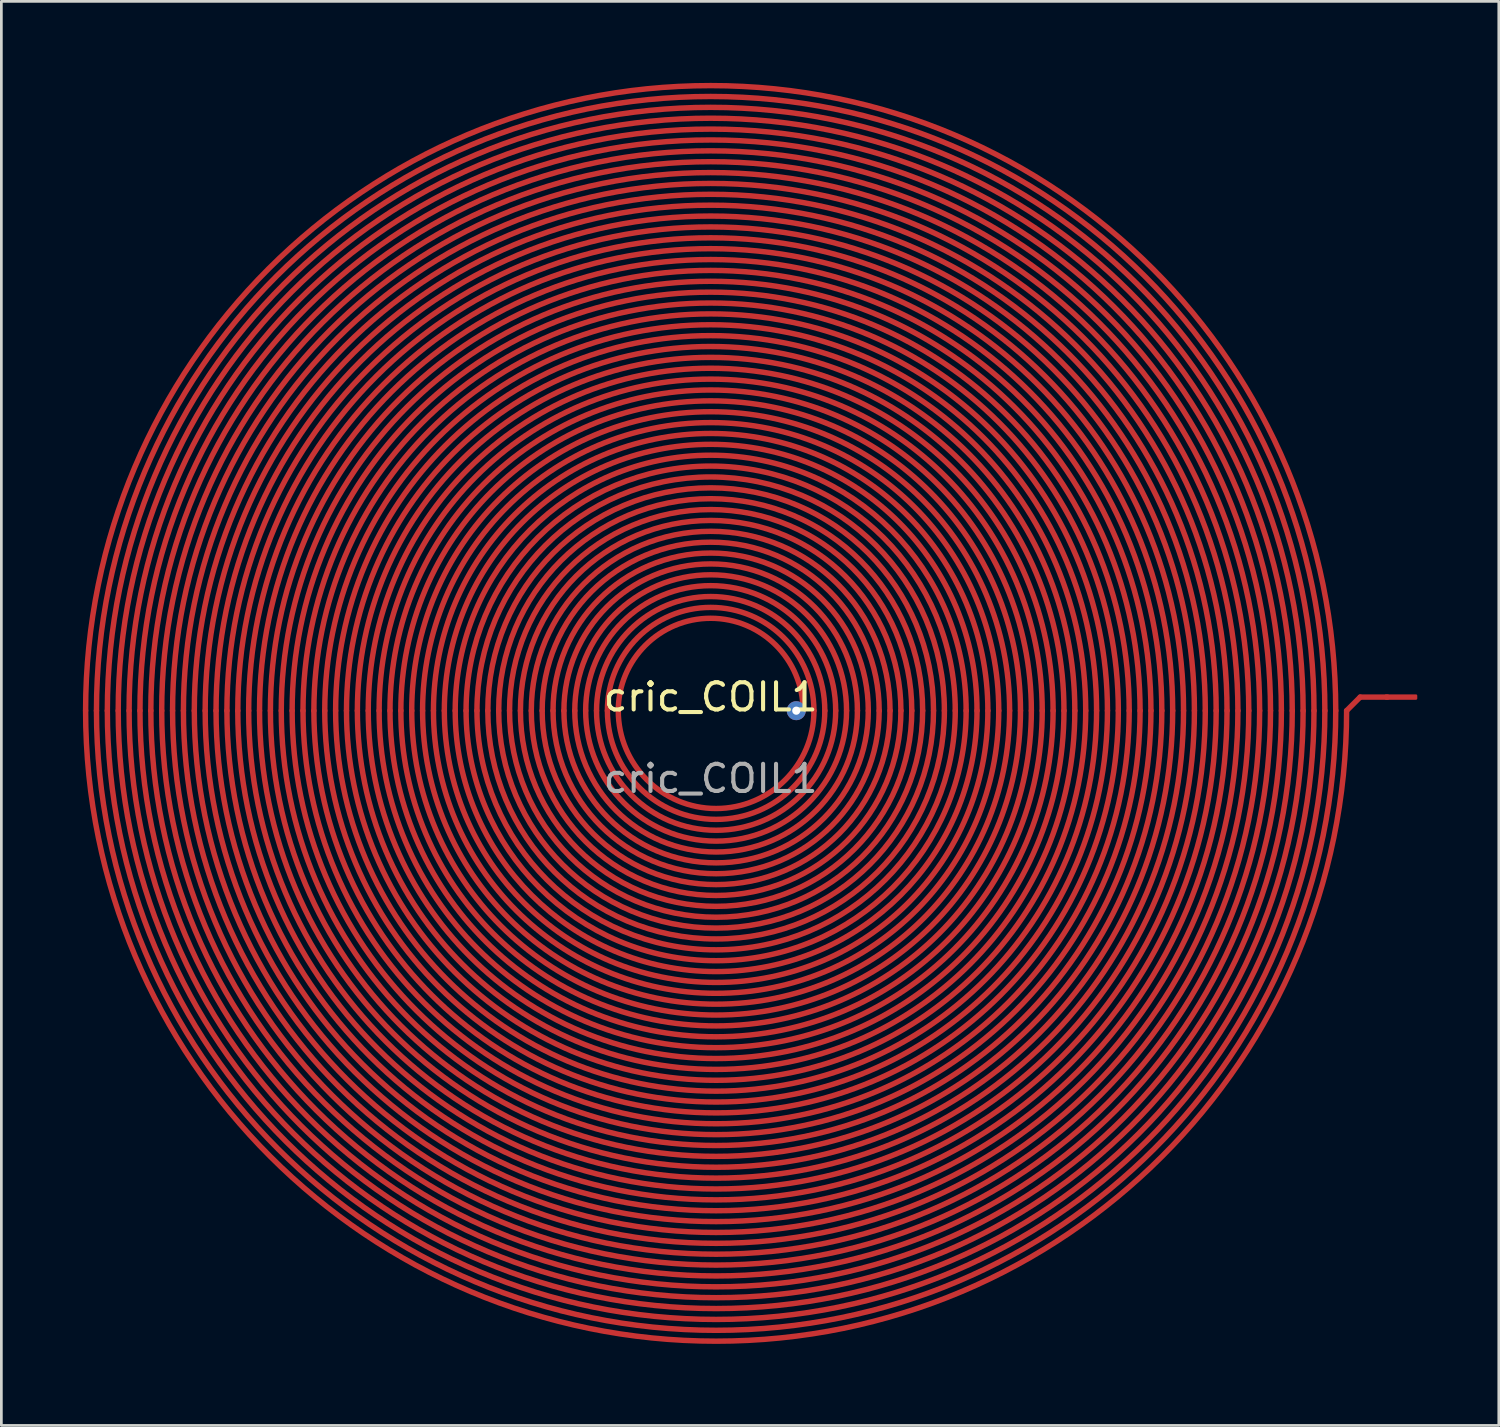
<source format=kicad_pcb>
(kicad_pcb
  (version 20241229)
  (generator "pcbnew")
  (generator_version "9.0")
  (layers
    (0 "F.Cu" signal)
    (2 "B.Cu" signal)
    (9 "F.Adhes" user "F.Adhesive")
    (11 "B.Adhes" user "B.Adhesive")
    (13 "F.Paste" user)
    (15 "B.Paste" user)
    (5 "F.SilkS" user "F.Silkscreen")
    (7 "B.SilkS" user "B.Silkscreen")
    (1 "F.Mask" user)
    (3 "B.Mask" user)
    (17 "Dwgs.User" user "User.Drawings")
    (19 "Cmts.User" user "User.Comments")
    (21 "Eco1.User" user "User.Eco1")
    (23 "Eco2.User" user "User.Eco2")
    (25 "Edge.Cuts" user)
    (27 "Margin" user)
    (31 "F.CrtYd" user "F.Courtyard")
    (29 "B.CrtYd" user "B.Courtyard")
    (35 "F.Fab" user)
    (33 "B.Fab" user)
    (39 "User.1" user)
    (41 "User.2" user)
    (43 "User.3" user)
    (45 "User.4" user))
  (footprint "cric_COIL1"
    (layer "F.Cu")
    (at 23.1 23.1)
    (property "Reference" "cric_COIL1" (at 0 -0.5 0) (unlocked yes) (layer "F.SilkS") (effects (font (size 1 1) (thickness 0.15))))
    (attr smd)
    (fp_line (start 23.4 0) (end 23.9 -0.5) (stroke (width 0.2) (type solid)) (layer "F.Cu"))
    (fp_line (start 23.9 -0.5) (end 24.9 -0.5) (stroke (width 0.2) (type solid)) (layer "F.Cu"))
    (fp_arc (start -23 0) (mid 0 -23) (end 23 0) (stroke (width 0.2) (type solid)) (layer "F.Cu"))
    (fp_arc (start -22.6 0) (mid 0 -22.6) (end 22.6 0) (stroke (width 0.2) (type solid)) (layer "F.Cu"))
    (fp_arc (start -22.2 0) (mid 0 -22.2) (end 22.2 0) (stroke (width 0.2) (type solid)) (layer "F.Cu"))
    (fp_arc (start -21.8 0) (mid 0 -21.8) (end 21.8 0) (stroke (width 0.2) (type solid)) (layer "F.Cu"))
    (fp_arc (start -21.4 0) (mid 0 -21.4) (end 21.4 0) (stroke (width 0.2) (type solid)) (layer "F.Cu"))
    (fp_arc (start -21 0) (mid 0 -21) (end 21 0) (stroke (width 0.2) (type solid)) (layer "F.Cu"))
    (fp_arc (start -20.6 0) (mid 0 -20.6) (end 20.6 0) (stroke (width 0.2) (type solid)) (layer "F.Cu"))
    (fp_arc (start -20.2 0) (mid 0 -20.2) (end 20.2 0) (stroke (width 0.2) (type solid)) (layer "F.Cu"))
    (fp_arc (start -19.8 0) (mid 0 -19.8) (end 19.8 0) (stroke (width 0.2) (type solid)) (layer "F.Cu"))
    (fp_arc (start -19.4 0) (mid 0 -19.4) (end 19.4 0) (stroke (width 0.2) (type solid)) (layer "F.Cu"))
    (fp_arc (start -19 0) (mid 0 -19) (end 19 0) (stroke (width 0.2) (type solid)) (layer "F.Cu"))
    (fp_arc (start -18.6 0) (mid 0 -18.6) (end 18.6 0) (stroke (width 0.2) (type solid)) (layer "F.Cu"))
    (fp_arc (start -18.2 0) (mid 0 -18.2) (end 18.2 0) (stroke (width 0.2) (type solid)) (layer "F.Cu"))
    (fp_arc (start -17.8 0) (mid 0 -17.8) (end 17.8 0) (stroke (width 0.2) (type solid)) (layer "F.Cu"))
    (fp_arc (start -17.4 0) (mid 0 -17.4) (end 17.4 0) (stroke (width 0.2) (type solid)) (layer "F.Cu"))
    (fp_arc (start -17 0) (mid 0 -17) (end 17 0) (stroke (width 0.2) (type solid)) (layer "F.Cu"))
    (fp_arc (start -16.6 0) (mid 0 -16.6) (end 16.6 0) (stroke (width 0.2) (type solid)) (layer "F.Cu"))
    (fp_arc (start -16.2 0) (mid 0 -16.2) (end 16.2 0) (stroke (width 0.2) (type solid)) (layer "F.Cu"))
    (fp_arc (start -15.8 0) (mid 0 -15.8) (end 15.8 0) (stroke (width 0.2) (type solid)) (layer "F.Cu"))
    (fp_arc (start -15.4 0) (mid 0 -15.4) (end 15.4 0) (stroke (width 0.2) (type solid)) (layer "F.Cu"))
    (fp_arc (start -15 0) (mid 0 -15) (end 15 0) (stroke (width 0.2) (type solid)) (layer "F.Cu"))
    (fp_arc (start -14.6 0) (mid 0 -14.6) (end 14.6 0) (stroke (width 0.2) (type solid)) (layer "F.Cu"))
    (fp_arc (start -14.2 0) (mid 0 -14.2) (end 14.2 0) (stroke (width 0.2) (type solid)) (layer "F.Cu"))
    (fp_arc (start -13.8 0) (mid 0 -13.8) (end 13.8 0) (stroke (width 0.2) (type solid)) (layer "F.Cu"))
    (fp_arc (start -13.4 0) (mid 0 -13.4) (end 13.4 0) (stroke (width 0.2) (type solid)) (layer "F.Cu"))
    (fp_arc (start -13 0) (mid 0 -13) (end 13 0) (stroke (width 0.2) (type solid)) (layer "F.Cu"))
    (fp_arc (start -12.6 0) (mid 0 -12.6) (end 12.6 0) (stroke (width 0.2) (type solid)) (layer "F.Cu"))
    (fp_arc (start -12.2 0) (mid 0 -12.2) (end 12.2 0) (stroke (width 0.2) (type solid)) (layer "F.Cu"))
    (fp_arc (start -11.8 0) (mid 0 -11.8) (end 11.8 0) (stroke (width 0.2) (type solid)) (layer "F.Cu"))
    (fp_arc (start -11.4 0) (mid 0 -11.4) (end 11.4 0) (stroke (width 0.2) (type solid)) (layer "F.Cu"))
    (fp_arc (start -11 0) (mid 0 -11) (end 11 0) (stroke (width 0.2) (type solid)) (layer "F.Cu"))
    (fp_arc (start -10.6 0) (mid 0 -10.6) (end 10.6 0) (stroke (width 0.2) (type solid)) (layer "F.Cu"))
    (fp_arc (start -10.2 0) (mid 0 -10.2) (end 10.2 0) (stroke (width 0.2) (type solid)) (layer "F.Cu"))
    (fp_arc (start -9.8 0) (mid 0 -9.8) (end 9.8 0) (stroke (width 0.2) (type solid)) (layer "F.Cu"))
    (fp_arc (start -9.4 0) (mid 0 -9.4) (end 9.4 0) (stroke (width 0.2) (type solid)) (layer "F.Cu"))
    (fp_arc (start -9 0) (mid 0 -9) (end 9 0) (stroke (width 0.2) (type solid)) (layer "F.Cu"))
    (fp_arc (start -8.6 0) (mid 0 -8.6) (end 8.6 0) (stroke (width 0.2) (type solid)) (layer "F.Cu"))
    (fp_arc (start -8.2 0) (mid 0 -8.2) (end 8.2 0) (stroke (width 0.2) (type solid)) (layer "F.Cu"))
    (fp_arc (start -7.8 0) (mid 0 -7.8) (end 7.8 0) (stroke (width 0.2) (type solid)) (layer "F.Cu"))
    (fp_arc (start -7.4 0) (mid 0 -7.4) (end 7.4 0) (stroke (width 0.2) (type solid)) (layer "F.Cu"))
    (fp_arc (start -7 0) (mid 0 -7) (end 7 0) (stroke (width 0.2) (type solid)) (layer "F.Cu"))
    (fp_arc (start -6.6 0) (mid 0 -6.6) (end 6.6 0) (stroke (width 0.2) (type solid)) (layer "F.Cu"))
    (fp_arc (start -6.2 0) (mid 0 -6.2) (end 6.2 0) (stroke (width 0.2) (type solid)) (layer "F.Cu"))
    (fp_arc (start -5.8 0) (mid 0 -5.8) (end 5.8 0) (stroke (width 0.2) (type solid)) (layer "F.Cu"))
    (fp_arc (start -5.4 0) (mid 0 -5.4) (end 5.4 0) (stroke (width 0.2) (type solid)) (layer "F.Cu"))
    (fp_arc (start -5 0) (mid 0 -5) (end 5 0) (stroke (width 0.2) (type solid)) (layer "F.Cu"))
    (fp_arc (start -4.6 0) (mid 0 -4.6) (end 4.6 0) (stroke (width 0.2) (type solid)) (layer "F.Cu"))
    (fp_arc (start -4.2 0) (mid 0 -4.2) (end 4.2 0) (stroke (width 0.2) (type solid)) (layer "F.Cu"))
    (fp_arc (start -3.8 0) (mid 0 -3.8) (end 3.8 0) (stroke (width 0.2) (type solid)) (layer "F.Cu"))
    (fp_arc (start -3.4 0) (mid 0 -3.4) (end 3.4 0) (stroke (width 0.2) (type solid)) (layer "F.Cu"))
    (fp_arc (start 3.8 0) (mid 0.2 3.60556) (end -3.4 0) (stroke (width 0.2) (type solid)) (layer "F.Cu"))
    (fp_arc (start 4.2 0) (mid 0.2 4.005003) (end -3.8 0) (stroke (width 0.2) (type solid)) (layer "F.Cu"))
    (fp_arc (start 4.6 0) (mid 0.2 4.404547) (end -4.2 0) (stroke (width 0.2) (type solid)) (layer "F.Cu"))
    (fp_arc (start 5 0) (mid 0.2 4.804169) (end -4.6 0) (stroke (width 0.2) (type solid)) (layer "F.Cu"))
    (fp_arc (start 5.4 0) (mid 0.2 5.203847) (end -5 0) (stroke (width 0.2) (type solid)) (layer "F.Cu"))
    (fp_arc (start 5.8 0) (mid 0.2 5.603572) (end -5.4 0) (stroke (width 0.2) (type solid)) (layer "F.Cu"))
    (fp_arc (start 6.2 0) (mid 0.2 6.003334) (end -5.8 0) (stroke (width 0.2) (type solid)) (layer "F.Cu"))
    (fp_arc (start 6.6 0) (mid 0.2 6.403126) (end -6.2 0) (stroke (width 0.2) (type solid)) (layer "F.Cu"))
    (fp_arc (start 7 0) (mid 0.2 6.802942) (end -6.6 0) (stroke (width 0.2) (type solid)) (layer "F.Cu"))
    (fp_arc (start 7.4 0) (mid 0.2 7.202779) (end -7 0) (stroke (width 0.2) (type solid)) (layer "F.Cu"))
    (fp_arc (start 7.8 0) (mid 0.2 7.602632) (end -7.4 0) (stroke (width 0.2) (type solid)) (layer "F.Cu"))
    (fp_arc (start 8.2 0) (mid 0.2 8.0025) (end -7.8 0) (stroke (width 0.2) (type solid)) (layer "F.Cu"))
    (fp_arc (start 8.6 0) (mid 0.2 8.402381) (end -8.2 0) (stroke (width 0.2) (type solid)) (layer "F.Cu"))
    (fp_arc (start 9 0) (mid 0.2 8.802273) (end -8.6 0) (stroke (width 0.2) (type solid)) (layer "F.Cu"))
    (fp_arc (start 9.4 0) (mid 0.2 9.202174) (end -9 0) (stroke (width 0.2) (type solid)) (layer "F.Cu"))
    (fp_arc (start 9.8 0) (mid 0.2 9.602083) (end -9.4 0) (stroke (width 0.2) (type solid)) (layer "F.Cu"))
    (fp_arc (start 10.2 0) (mid 0.2 10.002) (end -9.8 0) (stroke (width 0.2) (type solid)) (layer "F.Cu"))
    (fp_arc (start 10.6 0) (mid 0.2 10.401923) (end -10.2 0) (stroke (width 0.2) (type solid)) (layer "F.Cu"))
    (fp_arc (start 11 0) (mid 0.2 10.801852) (end -10.6 0) (stroke (width 0.2) (type solid)) (layer "F.Cu"))
    (fp_arc (start 11.4 0) (mid 0.2 11.201786) (end -11 0) (stroke (width 0.2) (type solid)) (layer "F.Cu"))
    (fp_arc (start 11.8 0) (mid 0.2 11.601724) (end -11.4 0) (stroke (width 0.2) (type solid)) (layer "F.Cu"))
    (fp_arc (start 12.2 0) (mid 0.2 12.001667) (end -11.8 0) (stroke (width 0.2) (type solid)) (layer "F.Cu"))
    (fp_arc (start 12.6 0) (mid 0.2 12.401613) (end -12.2 0) (stroke (width 0.2) (type solid)) (layer "F.Cu"))
    (fp_arc (start 13 0) (mid 0.2 12.801563) (end -12.6 0) (stroke (width 0.2) (type solid)) (layer "F.Cu"))
    (fp_arc (start 13.4 0) (mid 0.2 13.201515) (end -13 0) (stroke (width 0.2) (type solid)) (layer "F.Cu"))
    (fp_arc (start 13.8 0) (mid 0.2 13.601471) (end -13.4 0) (stroke (width 0.2) (type solid)) (layer "F.Cu"))
    (fp_arc (start 14.2 0) (mid 0.2 14.001429) (end -13.8 0) (stroke (width 0.2) (type solid)) (layer "F.Cu"))
    (fp_arc (start 14.6 0) (mid 0.2 14.401389) (end -14.2 0) (stroke (width 0.2) (type solid)) (layer "F.Cu"))
    (fp_arc (start 15 0) (mid 0.2 14.801351) (end -14.6 0) (stroke (width 0.2) (type solid)) (layer "F.Cu"))
    (fp_arc (start 15.4 0) (mid 0.2 15.201316) (end -15 0) (stroke (width 0.2) (type solid)) (layer "F.Cu"))
    (fp_arc (start 15.8 0) (mid 0.2 15.601282) (end -15.4 0) (stroke (width 0.2) (type solid)) (layer "F.Cu"))
    (fp_arc (start 16.2 0) (mid 0.2 16.00125) (end -15.8 0) (stroke (width 0.2) (type solid)) (layer "F.Cu"))
    (fp_arc (start 16.6 0) (mid 0.2 16.40122) (end -16.2 0) (stroke (width 0.2) (type solid)) (layer "F.Cu"))
    (fp_arc (start 17 0) (mid 0.2 16.80119) (end -16.6 0) (stroke (width 0.2) (type solid)) (layer "F.Cu"))
    (fp_arc (start 17.4 0) (mid 0.2 17.201163) (end -17 0) (stroke (width 0.2) (type solid)) (layer "F.Cu"))
    (fp_arc (start 17.8 0) (mid 0.2 17.601136) (end -17.4 0) (stroke (width 0.2) (type solid)) (layer "F.Cu"))
    (fp_arc (start 18.2 0) (mid 0.2 18.001111) (end -17.8 0) (stroke (width 0.2) (type solid)) (layer "F.Cu"))
    (fp_arc (start 18.6 0) (mid 0.2 18.401087) (end -18.2 0) (stroke (width 0.2) (type solid)) (layer "F.Cu"))
    (fp_arc (start 19 0) (mid 0.2 18.801064) (end -18.6 0) (stroke (width 0.2) (type solid)) (layer "F.Cu"))
    (fp_arc (start 19.4 0) (mid 0.2 19.201042) (end -19 0) (stroke (width 0.2) (type solid)) (layer "F.Cu"))
    (fp_arc (start 19.8 0) (mid 0.2 19.60102) (end -19.4 0) (stroke (width 0.2) (type solid)) (layer "F.Cu"))
    (fp_arc (start 20.2 0) (mid 0.2 20.001) (end -19.8 0) (stroke (width 0.2) (type solid)) (layer "F.Cu"))
    (fp_arc (start 20.6 0) (mid 0.2 20.40098) (end -20.2 0) (stroke (width 0.2) (type solid)) (layer "F.Cu"))
    (fp_arc (start 21 0) (mid 0.2 20.800962) (end -20.6 0) (stroke (width 0.2) (type solid)) (layer "F.Cu"))
    (fp_arc (start 21.4 0) (mid 0.2 21.200943) (end -21 0) (stroke (width 0.2) (type solid)) (layer "F.Cu"))
    (fp_arc (start 21.8 0) (mid 0.2 21.600926) (end -21.4 0) (stroke (width 0.2) (type solid)) (layer "F.Cu"))
    (fp_arc (start 22.2 0) (mid 0.2 22.000909) (end -21.8 0) (stroke (width 0.2) (type solid)) (layer "F.Cu"))
    (fp_arc (start 22.6 0) (mid 0.2 22.400893) (end -22.2 0) (stroke (width 0.2) (type solid)) (layer "F.Cu"))
    (fp_arc (start 23 0) (mid 0.2 22.800877) (end -22.6 0) (stroke (width 0.2) (type solid)) (layer "F.Cu"))
    (fp_arc (start 23.4 0) (mid 0.2 23.200862) (end -23 0) (stroke (width 0.2) (type solid)) (layer "F.Cu"))
    (fp_text user "${REFERENCE}" (at 0 2.5 0) (unlocked yes) (layer "F.Fab") (effects (font (size 1 1) (thickness 0.15))))
    (pad "1" smd roundrect (at 25.4 -0.5) (size 1.2 0.2) (layers "F.Cu") (roundrect_rratio 0.25))
    (pad "2" thru_hole circle (at 3.15 0) (size 0.7 0.7) (drill 0.3) (layers "*.Cu" "*.Mask")))
  (gr_rect
    (start -3 -3)
    (end 52.1 49.401)
    (stroke (width 0.1) (type default))
    (fill no)
    (layer "Edge.Cuts")))
</source>
